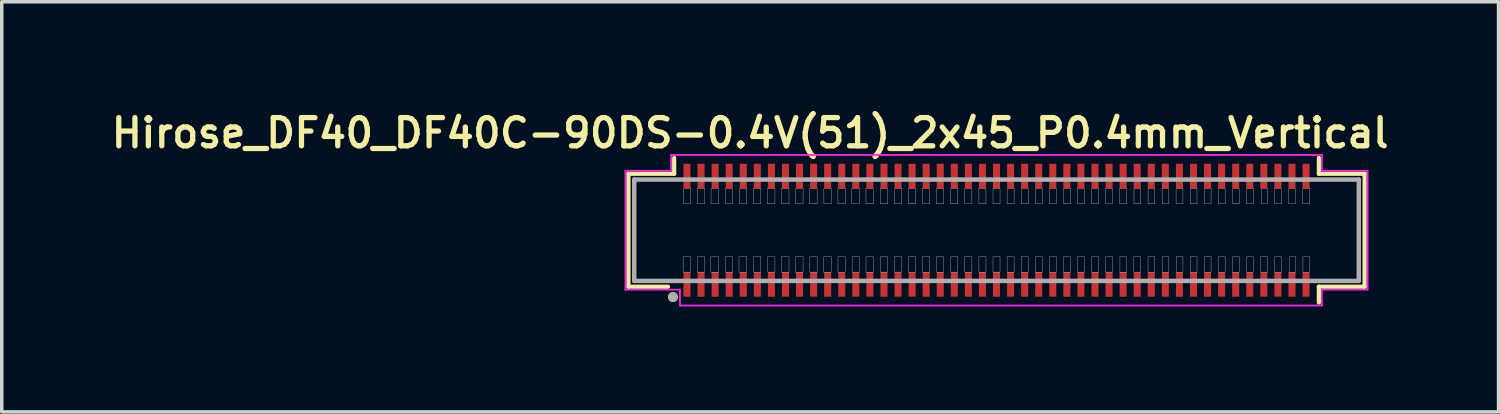
<source format=kicad_pcb>
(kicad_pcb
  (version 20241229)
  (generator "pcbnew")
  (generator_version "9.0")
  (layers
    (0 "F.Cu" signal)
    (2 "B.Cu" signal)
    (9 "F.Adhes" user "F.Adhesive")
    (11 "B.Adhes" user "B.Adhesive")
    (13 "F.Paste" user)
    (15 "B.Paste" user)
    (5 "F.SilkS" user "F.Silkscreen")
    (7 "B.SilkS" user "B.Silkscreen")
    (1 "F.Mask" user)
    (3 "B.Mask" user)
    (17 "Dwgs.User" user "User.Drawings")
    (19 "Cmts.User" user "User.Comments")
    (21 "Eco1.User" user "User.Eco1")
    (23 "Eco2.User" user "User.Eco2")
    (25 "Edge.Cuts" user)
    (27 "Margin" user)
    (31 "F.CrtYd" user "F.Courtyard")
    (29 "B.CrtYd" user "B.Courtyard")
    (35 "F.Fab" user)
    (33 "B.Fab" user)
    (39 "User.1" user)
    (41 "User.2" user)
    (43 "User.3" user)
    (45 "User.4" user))
  (footprint "Hirose_DF40_DF40C-90DS-0.4V(51)_2x45_P0.4mm_Vertical"
    (layer "F.Cu")
    (at 25.282 3.496)
    (property "Reference" "Hirose_DF40_DF40C-90DS-0.4V(51)_2x45_P0.4mm_Vertical" (at -7.005 -2.764 0) (layer "F.SilkS") (effects (font (size 0.802 0.802) (thickness 0.15))))
    (attr through_hole)
    (fp_line (start -10.465 -1.605) (end -9.165 -1.605) (stroke (width 0.12) (type solid)) (layer "F.SilkS"))
    (fp_line (start -10.465 1.605) (end -10.465 -1.605) (stroke (width 0.12) (type solid)) (layer "F.SilkS"))
    (fp_line (start -9.34 1.605) (end -10.465 1.605) (stroke (width 0.12) (type solid)) (layer "F.SilkS"))
    (fp_line (start -9.165 -1.605) (end -9.165 -2.055) (stroke (width 0.12) (type solid)) (layer "F.SilkS"))
    (fp_line (start 9.165 -2.055) (end 9.165 -1.605) (stroke (width 0.12) (type solid)) (layer "F.SilkS"))
    (fp_line (start 9.165 1.605) (end 9.165 2.055) (stroke (width 0.12) (type solid)) (layer "F.SilkS"))
    (fp_line (start 10.465 -1.605) (end 9.165 -1.605) (stroke (width 0.12) (type solid)) (layer "F.SilkS"))
    (fp_line (start 10.465 -1.605) (end 10.465 1.605) (stroke (width 0.12) (type solid)) (layer "F.SilkS"))
    (fp_line (start 10.465 1.605) (end 9.165 1.605) (stroke (width 0.12) (type solid)) (layer "F.SilkS"))
    (fp_circle (center -9.2 1.9) (end -9.13 1.9) (stroke (width 0.14) (type solid)) (fill no) (layer "F.SilkS"))
    (fp_poly (pts (xy -8.91 0.75) (xy -8.7 0.75) (xy -8.7 1.191) (xy -8.91 1.191)) (stroke (width 0.01) (type solid)) (fill no) (layer "Dwgs.User"))
    (fp_poly (pts (xy -8.906 -1.19) (xy -8.7 -1.19) (xy -8.7 -0.751) (xy -8.906 -0.751)) (stroke (width 0.01) (type solid)) (fill no) (layer "Dwgs.User"))
    (fp_poly (pts (xy -8.509 0.75) (xy -8.3 0.75) (xy -8.3 1.191) (xy -8.509 1.191)) (stroke (width 0.01) (type solid)) (fill no) (layer "Dwgs.User"))
    (fp_poly (pts (xy -8.508 -1.19) (xy -8.3 -1.19) (xy -8.3 -0.751) (xy -8.508 -0.751)) (stroke (width 0.01) (type solid)) (fill no) (layer "Dwgs.User"))
    (fp_poly (pts (xy -8.123 0.75) (xy -7.9 0.75) (xy -7.9 1.193) (xy -8.123 1.193)) (stroke (width 0.01) (type solid)) (fill no) (layer "Dwgs.User"))
    (fp_poly (pts (xy -8.116 -1.19) (xy -7.9 -1.19) (xy -7.9 -0.751) (xy -8.116 -0.751)) (stroke (width 0.01) (type solid)) (fill no) (layer "Dwgs.User"))
    (fp_poly (pts (xy -7.706 -1.19) (xy -7.5 -1.19) (xy -7.5 -0.751) (xy -7.706 -0.751)) (stroke (width 0.01) (type solid)) (fill no) (layer "Dwgs.User"))
    (fp_poly (pts (xy -7.704 0.75) (xy -7.5 0.75) (xy -7.5 1.191) (xy -7.704 1.191)) (stroke (width 0.01) (type solid)) (fill no) (layer "Dwgs.User"))
    (fp_poly (pts (xy -7.322 0.75) (xy -7.1 0.75) (xy -7.1 1.194) (xy -7.322 1.194)) (stroke (width 0.01) (type solid)) (fill no) (layer "Dwgs.User"))
    (fp_poly (pts (xy -7.311 -1.19) (xy -7.1 -1.19) (xy -7.1 -0.751) (xy -7.311 -0.751)) (stroke (width 0.01) (type solid)) (fill no) (layer "Dwgs.User"))
    (fp_poly (pts (xy -6.912 -1.19) (xy -6.7 -1.19) (xy -6.7 -0.751) (xy -6.912 -0.751)) (stroke (width 0.01) (type solid)) (fill no) (layer "Dwgs.User"))
    (fp_poly (pts (xy -6.911 0.75) (xy -6.7 0.75) (xy -6.7 1.192) (xy -6.911 1.192)) (stroke (width 0.01) (type solid)) (fill no) (layer "Dwgs.User"))
    (fp_poly (pts (xy -6.516 -1.19) (xy -6.3 -1.19) (xy -6.3 -0.752) (xy -6.516 -0.752)) (stroke (width 0.01) (type solid)) (fill no) (layer "Dwgs.User"))
    (fp_poly (pts (xy -6.503 0.75) (xy -6.3 0.75) (xy -6.3 1.191) (xy -6.503 1.191)) (stroke (width 0.01) (type solid)) (fill no) (layer "Dwgs.User"))
    (fp_poly (pts (xy -6.12 0.75) (xy -5.9 0.75) (xy -5.9 1.194) (xy -6.12 1.194)) (stroke (width 0.01) (type solid)) (fill no) (layer "Dwgs.User"))
    (fp_poly (pts (xy -6.116 -1.19) (xy -5.9 -1.19) (xy -5.9 -0.752) (xy -6.116 -0.752)) (stroke (width 0.01) (type solid)) (fill no) (layer "Dwgs.User"))
    (fp_poly (pts (xy -5.717 0.75) (xy -5.5 0.75) (xy -5.5 1.194) (xy -5.717 1.194)) (stroke (width 0.01) (type solid)) (fill no) (layer "Dwgs.User"))
    (fp_poly (pts (xy -5.71 -1.19) (xy -5.5 -1.19) (xy -5.5 -0.751) (xy -5.71 -0.751)) (stroke (width 0.01) (type solid)) (fill no) (layer "Dwgs.User"))
    (fp_poly (pts (xy -5.313 -1.19) (xy -5.1 -1.19) (xy -5.1 -0.752) (xy -5.313 -0.752)) (stroke (width 0.01) (type solid)) (fill no) (layer "Dwgs.User"))
    (fp_poly (pts (xy -5.307 0.75) (xy -5.1 0.75) (xy -5.1 1.191) (xy -5.307 1.191)) (stroke (width 0.01) (type solid)) (fill no) (layer "Dwgs.User"))
    (fp_poly (pts (xy -4.912 0.75) (xy -4.7 0.75) (xy -4.7 1.193) (xy -4.912 1.193)) (stroke (width 0.01) (type solid)) (fill no) (layer "Dwgs.User"))
    (fp_poly (pts (xy -4.908 -1.19) (xy -4.7 -1.19) (xy -4.7 -0.751) (xy -4.908 -0.751)) (stroke (width 0.01) (type solid)) (fill no) (layer "Dwgs.User"))
    (fp_poly (pts (xy -4.509 -1.19) (xy -4.3 -1.19) (xy -4.3 -0.752) (xy -4.509 -0.752)) (stroke (width 0.01) (type solid)) (fill no) (layer "Dwgs.User"))
    (fp_poly (pts (xy -4.508 0.75) (xy -4.3 0.75) (xy -4.3 1.192) (xy -4.508 1.192)) (stroke (width 0.01) (type solid)) (fill no) (layer "Dwgs.User"))
    (fp_poly (pts (xy -4.115 -1.19) (xy -3.9 -1.19) (xy -3.9 -0.753) (xy -4.115 -0.753)) (stroke (width 0.01) (type solid)) (fill no) (layer "Dwgs.User"))
    (fp_poly (pts (xy -4.105 0.75) (xy -3.9 0.75) (xy -3.9 1.191) (xy -4.105 1.191)) (stroke (width 0.01) (type solid)) (fill no) (layer "Dwgs.User"))
    (fp_poly (pts (xy -3.712 -1.19) (xy -3.5 -1.19) (xy -3.5 -0.752) (xy -3.712 -0.752)) (stroke (width 0.01) (type solid)) (fill no) (layer "Dwgs.User"))
    (fp_poly (pts (xy -3.71 0.75) (xy -3.5 0.75) (xy -3.5 1.193) (xy -3.71 1.193)) (stroke (width 0.01) (type solid)) (fill no) (layer "Dwgs.User"))
    (fp_poly (pts (xy -3.307 -1.19) (xy -3.1 -1.19) (xy -3.1 -0.752) (xy -3.307 -0.752)) (stroke (width 0.01) (type solid)) (fill no) (layer "Dwgs.User"))
    (fp_poly (pts (xy -3.304 0.75) (xy -3.1 0.75) (xy -3.1 1.191) (xy -3.304 1.191)) (stroke (width 0.01) (type solid)) (fill no) (layer "Dwgs.User"))
    (fp_poly (pts (xy -2.904 -1.19) (xy -2.7 -1.19) (xy -2.7 -0.751) (xy -2.904 -0.751)) (stroke (width 0.01) (type solid)) (fill no) (layer "Dwgs.User"))
    (fp_poly (pts (xy -2.903 0.75) (xy -2.7 0.75) (xy -2.7 1.191) (xy -2.903 1.191)) (stroke (width 0.01) (type solid)) (fill no) (layer "Dwgs.User"))
    (fp_poly (pts (xy -2.506 -1.19) (xy -2.3 -1.19) (xy -2.3 -0.752) (xy -2.506 -0.752)) (stroke (width 0.01) (type solid)) (fill no) (layer "Dwgs.User"))
    (fp_poly (pts (xy -2.505 0.75) (xy -2.3 0.75) (xy -2.3 1.192) (xy -2.505 1.192)) (stroke (width 0.01) (type solid)) (fill no) (layer "Dwgs.User"))
    (fp_poly (pts (xy -2.105 0.75) (xy -1.9 0.75) (xy -1.9 1.193) (xy -2.105 1.193)) (stroke (width 0.01) (type solid)) (fill no) (layer "Dwgs.User"))
    (fp_poly (pts (xy -2.102 -1.19) (xy -1.9 -1.19) (xy -1.9 -0.751) (xy -2.102 -0.751)) (stroke (width 0.01) (type solid)) (fill no) (layer "Dwgs.User"))
    (fp_poly (pts (xy -1.704 0.75) (xy -1.5 0.75) (xy -1.5 1.193) (xy -1.704 1.193)) (stroke (width 0.01) (type solid)) (fill no) (layer "Dwgs.User"))
    (fp_poly (pts (xy -1.704 -1.19) (xy -1.5 -1.19) (xy -1.5 -0.752) (xy -1.704 -0.752)) (stroke (width 0.01) (type solid)) (fill no) (layer "Dwgs.User"))
    (fp_poly (pts (xy -1.304 -1.19) (xy -1.1 -1.19) (xy -1.1 -0.752) (xy -1.304 -0.752)) (stroke (width 0.01) (type solid)) (fill no) (layer "Dwgs.User"))
    (fp_poly (pts (xy -1.301 0.75) (xy -1.1 0.75) (xy -1.1 1.191) (xy -1.301 1.191)) (stroke (width 0.01) (type solid)) (fill no) (layer "Dwgs.User"))
    (fp_poly (pts (xy -0.902 0.75) (xy -0.7 0.75) (xy -0.7 1.193) (xy -0.902 1.193)) (stroke (width 0.01) (type solid)) (fill no) (layer "Dwgs.User"))
    (fp_poly (pts (xy -0.901 -1.19) (xy -0.7 -1.19) (xy -0.7 -0.751) (xy -0.901 -0.751)) (stroke (width 0.01) (type solid)) (fill no) (layer "Dwgs.User"))
    (fp_poly (pts (xy -0.501 0.75) (xy -0.3 0.75) (xy -0.3 1.193) (xy -0.501 1.193)) (stroke (width 0.01) (type solid)) (fill no) (layer "Dwgs.User"))
    (fp_poly (pts (xy -0.501 -1.19) (xy -0.3 -1.19) (xy -0.3 -0.752) (xy -0.501 -0.752)) (stroke (width 0.01) (type solid)) (fill no) (layer "Dwgs.User"))
    (fp_poly (pts (xy -0.1 -1.19) (xy 0.1 -1.19) (xy 0.1 -0.752) (xy -0.1 -0.752)) (stroke (width 0.01) (type solid)) (fill no) (layer "Dwgs.User"))
    (fp_poly (pts (xy -0.1 0.75) (xy 0.1 0.75) (xy 0.1 1.191) (xy -0.1 1.191)) (stroke (width 0.01) (type solid)) (fill no) (layer "Dwgs.User"))
    (fp_poly (pts (xy 0.301 -1.19) (xy 0.5 -1.19) (xy 0.5 -0.752) (xy 0.301 -0.752)) (stroke (width 0.01) (type solid)) (fill no) (layer "Dwgs.User"))
    (fp_poly (pts (xy 0.301 0.75) (xy 0.5 0.75) (xy 0.5 1.193) (xy 0.301 1.193)) (stroke (width 0.01) (type solid)) (fill no) (layer "Dwgs.User"))
    (fp_poly (pts (xy 0.701 0.75) (xy 0.9 0.75) (xy 0.9 1.192) (xy 0.701 1.192)) (stroke (width 0.01) (type solid)) (fill no) (layer "Dwgs.User"))
    (fp_poly (pts (xy 0.702 -1.19) (xy 0.9 -1.19) (xy 0.9 -0.752) (xy 0.702 -0.752)) (stroke (width 0.01) (type solid)) (fill no) (layer "Dwgs.User"))
    (fp_poly (pts (xy 1.101 -1.19) (xy 1.3 -1.19) (xy 1.3 -0.751) (xy 1.101 -0.751)) (stroke (width 0.01) (type solid)) (fill no) (layer "Dwgs.User"))
    (fp_poly (pts (xy 1.102 0.75) (xy 1.3 0.75) (xy 1.3 1.193) (xy 1.102 1.193)) (stroke (width 0.01) (type solid)) (fill no) (layer "Dwgs.User"))
    (fp_poly (pts (xy 1.502 0.75) (xy 1.7 0.75) (xy 1.7 1.192) (xy 1.502 1.192)) (stroke (width 0.01) (type solid)) (fill no) (layer "Dwgs.User"))
    (fp_poly (pts (xy 1.502 -1.19) (xy 1.7 -1.19) (xy 1.7 -0.751) (xy 1.502 -0.751)) (stroke (width 0.01) (type solid)) (fill no) (layer "Dwgs.User"))
    (fp_poly (pts (xy 1.904 0.75) (xy 2.1 0.75) (xy 2.1 1.193) (xy 1.904 1.193)) (stroke (width 0.01) (type solid)) (fill no) (layer "Dwgs.User"))
    (fp_poly (pts (xy 1.905 -1.19) (xy 2.1 -1.19) (xy 2.1 -0.752) (xy 1.905 -0.752)) (stroke (width 0.01) (type solid)) (fill no) (layer "Dwgs.User"))
    (fp_poly (pts (xy 2.303 0.75) (xy 2.5 0.75) (xy 2.5 1.191) (xy 2.303 1.191)) (stroke (width 0.01) (type solid)) (fill no) (layer "Dwgs.User"))
    (fp_poly (pts (xy 2.303 -1.19) (xy 2.5 -1.19) (xy 2.5 -0.751) (xy 2.303 -0.751)) (stroke (width 0.01) (type solid)) (fill no) (layer "Dwgs.User"))
    (fp_poly (pts (xy 2.706 -1.19) (xy 2.9 -1.19) (xy 2.9 -0.752) (xy 2.706 -0.752)) (stroke (width 0.01) (type solid)) (fill no) (layer "Dwgs.User"))
    (fp_poly (pts (xy 2.707 0.75) (xy 2.9 0.75) (xy 2.9 1.193) (xy 2.707 1.193)) (stroke (width 0.01) (type solid)) (fill no) (layer "Dwgs.User"))
    (fp_poly (pts (xy 3.104 0.75) (xy 3.3 0.75) (xy 3.3 1.191) (xy 3.104 1.191)) (stroke (width 0.01) (type solid)) (fill no) (layer "Dwgs.User"))
    (fp_poly (pts (xy 3.104 -1.19) (xy 3.3 -1.19) (xy 3.3 -0.751) (xy 3.104 -0.751)) (stroke (width 0.01) (type solid)) (fill no) (layer "Dwgs.User"))
    (fp_poly (pts (xy 3.504 -1.19) (xy 3.7 -1.19) (xy 3.7 -0.751) (xy 3.504 -0.751)) (stroke (width 0.01) (type solid)) (fill no) (layer "Dwgs.User"))
    (fp_poly (pts (xy 3.509 0.75) (xy 3.7 0.75) (xy 3.7 1.193) (xy 3.509 1.193)) (stroke (width 0.01) (type solid)) (fill no) (layer "Dwgs.User"))
    (fp_poly (pts (xy 3.901 0.75) (xy 4.1 0.75) (xy 4.1 1.19) (xy 3.901 1.19)) (stroke (width 0.01) (type solid)) (fill no) (layer "Dwgs.User"))
    (fp_poly (pts (xy 3.908 -1.19) (xy 4.1 -1.19) (xy 4.1 -0.752) (xy 3.908 -0.752)) (stroke (width 0.01) (type solid)) (fill no) (layer "Dwgs.User"))
    (fp_poly (pts (xy 4.308 0.75) (xy 4.5 0.75) (xy 4.5 1.192) (xy 4.308 1.192)) (stroke (width 0.01) (type solid)) (fill no) (layer "Dwgs.User"))
    (fp_poly (pts (xy 4.309 -1.19) (xy 4.5 -1.19) (xy 4.5 -0.752) (xy 4.309 -0.752)) (stroke (width 0.01) (type solid)) (fill no) (layer "Dwgs.User"))
    (fp_poly (pts (xy 4.709 -1.19) (xy 4.9 -1.19) (xy 4.9 -0.751) (xy 4.709 -0.751)) (stroke (width 0.01) (type solid)) (fill no) (layer "Dwgs.User"))
    (fp_poly (pts (xy 4.716 0.75) (xy 4.9 0.75) (xy 4.9 1.194) (xy 4.716 1.194)) (stroke (width 0.01) (type solid)) (fill no) (layer "Dwgs.User"))
    (fp_poly (pts (xy 5.105 -1.19) (xy 5.3 -1.19) (xy 5.3 -0.751) (xy 5.105 -0.751)) (stroke (width 0.01) (type solid)) (fill no) (layer "Dwgs.User"))
    (fp_poly (pts (xy 5.11 0.75) (xy 5.3 0.75) (xy 5.3 1.192) (xy 5.11 1.192)) (stroke (width 0.01) (type solid)) (fill no) (layer "Dwgs.User"))
    (fp_poly (pts (xy 5.509 0.75) (xy 5.7 0.75) (xy 5.7 1.192) (xy 5.509 1.192)) (stroke (width 0.01) (type solid)) (fill no) (layer "Dwgs.User"))
    (fp_poly (pts (xy 5.512 -1.19) (xy 5.7 -1.19) (xy 5.7 -0.752) (xy 5.512 -0.752)) (stroke (width 0.01) (type solid)) (fill no) (layer "Dwgs.User"))
    (fp_poly (pts (xy 5.909 -1.19) (xy 6.1 -1.19) (xy 6.1 -0.751) (xy 5.909 -0.751)) (stroke (width 0.01) (type solid)) (fill no) (layer "Dwgs.User"))
    (fp_poly (pts (xy 5.912 0.75) (xy 6.1 0.75) (xy 6.1 1.192) (xy 5.912 1.192)) (stroke (width 0.01) (type solid)) (fill no) (layer "Dwgs.User"))
    (fp_poly (pts (xy 6.311 -1.19) (xy 6.5 -1.19) (xy 6.5 -0.751) (xy 6.311 -0.751)) (stroke (width 0.01) (type solid)) (fill no) (layer "Dwgs.User"))
    (fp_poly (pts (xy 6.313 0.75) (xy 6.5 0.75) (xy 6.5 1.192) (xy 6.313 1.192)) (stroke (width 0.01) (type solid)) (fill no) (layer "Dwgs.User"))
    (fp_poly (pts (xy 6.713 0.75) (xy 6.9 0.75) (xy 6.9 1.192) (xy 6.713 1.192)) (stroke (width 0.01) (type solid)) (fill no) (layer "Dwgs.User"))
    (fp_poly (pts (xy 6.717 -1.19) (xy 6.9 -1.19) (xy 6.9 -0.752) (xy 6.717 -0.752)) (stroke (width 0.01) (type solid)) (fill no) (layer "Dwgs.User"))
    (fp_poly (pts (xy 7.11 -1.19) (xy 7.3 -1.19) (xy 7.3 -0.751) (xy 7.11 -0.751)) (stroke (width 0.01) (type solid)) (fill no) (layer "Dwgs.User"))
    (fp_poly (pts (xy 7.112 0.75) (xy 7.3 0.75) (xy 7.3 1.192) (xy 7.112 1.192)) (stroke (width 0.01) (type solid)) (fill no) (layer "Dwgs.User"))
    (fp_poly (pts (xy 7.505 0.75) (xy 7.7 0.75) (xy 7.7 1.191) (xy 7.505 1.191)) (stroke (width 0.01) (type solid)) (fill no) (layer "Dwgs.User"))
    (fp_poly (pts (xy 7.528 -1.19) (xy 7.7 -1.19) (xy 7.7 -0.753) (xy 7.528 -0.753)) (stroke (width 0.01) (type solid)) (fill no) (layer "Dwgs.User"))
    (fp_poly (pts (xy 7.907 -1.19) (xy 8.1 -1.19) (xy 8.1 -0.751) (xy 7.907 -0.751)) (stroke (width 0.01) (type solid)) (fill no) (layer "Dwgs.User"))
    (fp_poly (pts (xy 7.913 0.75) (xy 8.1 0.75) (xy 8.1 1.192) (xy 7.913 1.192)) (stroke (width 0.01) (type solid)) (fill no) (layer "Dwgs.User"))
    (fp_poly (pts (xy 8.311 -1.19) (xy 8.5 -1.19) (xy 8.5 -0.751) (xy 8.311 -0.751)) (stroke (width 0.01) (type solid)) (fill no) (layer "Dwgs.User"))
    (fp_poly (pts (xy 8.327 0.75) (xy 8.5 0.75) (xy 8.5 1.194) (xy 8.327 1.194)) (stroke (width 0.01) (type solid)) (fill no) (layer "Dwgs.User"))
    (fp_poly (pts (xy 8.708 -1.19) (xy 8.9 -1.19) (xy 8.9 -0.751) (xy 8.708 -0.751)) (stroke (width 0.01) (type solid)) (fill no) (layer "Dwgs.User"))
    (fp_poly (pts (xy 8.712 0.75) (xy 8.9 0.75) (xy 8.9 1.192) (xy 8.712 1.192)) (stroke (width 0.01) (type solid)) (fill no) (layer "Dwgs.User"))
    (fp_line (start -10.55 -1.69) (end -9.25 -1.69) (stroke (width 0.05) (type solid)) (layer "F.CrtYd"))
    (fp_line (start -10.55 1.69) (end -10.55 -1.69) (stroke (width 0.05) (type solid)) (layer "F.CrtYd"))
    (fp_line (start -9.25 -2.14) (end 9.25 -2.14) (stroke (width 0.05) (type solid)) (layer "F.CrtYd"))
    (fp_line (start -9.25 -1.69) (end -9.25 -2.14) (stroke (width 0.05) (type solid)) (layer "F.CrtYd"))
    (fp_line (start -9 1.69) (end -10.55 1.69) (stroke (width 0.05) (type solid)) (layer "F.CrtYd"))
    (fp_line (start -9 2.14) (end -9 1.69) (stroke (width 0.05) (type solid)) (layer "F.CrtYd"))
    (fp_line (start 9.25 -2.14) (end 9.25 -1.69) (stroke (width 0.05) (type solid)) (layer "F.CrtYd"))
    (fp_line (start 9.25 -1.69) (end 10.55 -1.69) (stroke (width 0.05) (type solid)) (layer "F.CrtYd"))
    (fp_line (start 9.25 1.69) (end 9.25 2.14) (stroke (width 0.05) (type solid)) (layer "F.CrtYd"))
    (fp_line (start 9.25 2.14) (end -9 2.14) (stroke (width 0.05) (type solid)) (layer "F.CrtYd"))
    (fp_line (start 10.55 -1.69) (end 10.55 1.69) (stroke (width 0.05) (type solid)) (layer "F.CrtYd"))
    (fp_line (start 10.55 1.69) (end 9.25 1.69) (stroke (width 0.05) (type solid)) (layer "F.CrtYd"))
    (fp_line (start -10.3 -1.44) (end -10.3 1.44) (stroke (width 0.127) (type solid)) (layer "F.Fab"))
    (fp_line (start -10.3 1.44) (end 10.3 1.44) (stroke (width 0.127) (type solid)) (layer "F.Fab"))
    (fp_line (start 10.3 -1.44) (end -10.3 -1.44) (stroke (width 0.127) (type solid)) (layer "F.Fab"))
    (fp_line (start 10.3 1.44) (end 10.3 -1.44) (stroke (width 0.127) (type solid)) (layer "F.Fab"))
    (fp_circle (center -9.2 1.9) (end -9.13 1.9) (stroke (width 0.14) (type solid)) (fill no) (layer "F.Fab"))
    (pad "1" smd rect (at -8.8 1.54) (size 0.2 0.7) (layers "F.Cu" "F.Mask" "F.Paste"))
    (pad "2" smd rect (at -8.8 -1.54) (size 0.2 0.7) (layers "F.Cu" "F.Mask" "F.Paste"))
    (pad "3" smd rect (at -8.4 1.54) (size 0.2 0.7) (layers "F.Cu" "F.Mask" "F.Paste"))
    (pad "4" smd rect (at -8.4 -1.54) (size 0.2 0.7) (layers "F.Cu" "F.Mask" "F.Paste"))
    (pad "5" smd rect (at -8 1.54) (size 0.2 0.7) (layers "F.Cu" "F.Mask" "F.Paste"))
    (pad "6" smd rect (at -8 -1.54) (size 0.2 0.7) (layers "F.Cu" "F.Mask" "F.Paste"))
    (pad "7" smd rect (at -7.6 1.54) (size 0.2 0.7) (layers "F.Cu" "F.Mask" "F.Paste"))
    (pad "8" smd rect (at -7.6 -1.54) (size 0.2 0.7) (layers "F.Cu" "F.Mask" "F.Paste"))
    (pad "9" smd rect (at -7.2 1.54) (size 0.2 0.7) (layers "F.Cu" "F.Mask" "F.Paste"))
    (pad "10" smd rect (at -7.2 -1.54) (size 0.2 0.7) (layers "F.Cu" "F.Mask" "F.Paste"))
    (pad "11" smd rect (at -6.8 1.54) (size 0.2 0.7) (layers "F.Cu" "F.Mask" "F.Paste"))
    (pad "12" smd rect (at -6.8 -1.54) (size 0.2 0.7) (layers "F.Cu" "F.Mask" "F.Paste"))
    (pad "13" smd rect (at -6.4 1.54) (size 0.2 0.7) (layers "F.Cu" "F.Mask" "F.Paste"))
    (pad "14" smd rect (at -6.4 -1.54) (size 0.2 0.7) (layers "F.Cu" "F.Mask" "F.Paste"))
    (pad "15" smd rect (at -6 1.54) (size 0.2 0.7) (layers "F.Cu" "F.Mask" "F.Paste"))
    (pad "16" smd rect (at -6 -1.54) (size 0.2 0.7) (layers "F.Cu" "F.Mask" "F.Paste"))
    (pad "17" smd rect (at -5.6 1.54) (size 0.2 0.7) (layers "F.Cu" "F.Mask" "F.Paste"))
    (pad "18" smd rect (at -5.6 -1.54) (size 0.2 0.7) (layers "F.Cu" "F.Mask" "F.Paste"))
    (pad "19" smd rect (at -5.2 1.54) (size 0.2 0.7) (layers "F.Cu" "F.Mask" "F.Paste"))
    (pad "20" smd rect (at -5.2 -1.54) (size 0.2 0.7) (layers "F.Cu" "F.Mask" "F.Paste"))
    (pad "21" smd rect (at -4.8 1.54) (size 0.2 0.7) (layers "F.Cu" "F.Mask" "F.Paste"))
    (pad "22" smd rect (at -4.8 -1.54) (size 0.2 0.7) (layers "F.Cu" "F.Mask" "F.Paste"))
    (pad "23" smd rect (at -4.4 1.54) (size 0.2 0.7) (layers "F.Cu" "F.Mask" "F.Paste"))
    (pad "24" smd rect (at -4.4 -1.54) (size 0.2 0.7) (layers "F.Cu" "F.Mask" "F.Paste"))
    (pad "25" smd rect (at -4 1.54) (size 0.2 0.7) (layers "F.Cu" "F.Mask" "F.Paste"))
    (pad "26" smd rect (at -4 -1.54) (size 0.2 0.7) (layers "F.Cu" "F.Mask" "F.Paste"))
    (pad "27" smd rect (at -3.6 1.54) (size 0.2 0.7) (layers "F.Cu" "F.Mask" "F.Paste"))
    (pad "28" smd rect (at -3.6 -1.54) (size 0.2 0.7) (layers "F.Cu" "F.Mask" "F.Paste"))
    (pad "29" smd rect (at -3.2 1.54) (size 0.2 0.7) (layers "F.Cu" "F.Mask" "F.Paste"))
    (pad "30" smd rect (at -3.2 -1.54) (size 0.2 0.7) (layers "F.Cu" "F.Mask" "F.Paste"))
    (pad "31" smd rect (at -2.8 1.54) (size 0.2 0.7) (layers "F.Cu" "F.Mask" "F.Paste"))
    (pad "32" smd rect (at -2.8 -1.54) (size 0.2 0.7) (layers "F.Cu" "F.Mask" "F.Paste"))
    (pad "33" smd rect (at -2.4 1.54) (size 0.2 0.7) (layers "F.Cu" "F.Mask" "F.Paste"))
    (pad "34" smd rect (at -2.4 -1.54) (size 0.2 0.7) (layers "F.Cu" "F.Mask" "F.Paste"))
    (pad "35" smd rect (at -2 1.54) (size 0.2 0.7) (layers "F.Cu" "F.Mask" "F.Paste"))
    (pad "36" smd rect (at -2 -1.54) (size 0.2 0.7) (layers "F.Cu" "F.Mask" "F.Paste"))
    (pad "37" smd rect (at -1.6 1.54) (size 0.2 0.7) (layers "F.Cu" "F.Mask" "F.Paste"))
    (pad "38" smd rect (at -1.6 -1.54) (size 0.2 0.7) (layers "F.Cu" "F.Mask" "F.Paste"))
    (pad "39" smd rect (at -1.2 1.54) (size 0.2 0.7) (layers "F.Cu" "F.Mask" "F.Paste"))
    (pad "40" smd rect (at -1.2 -1.54) (size 0.2 0.7) (layers "F.Cu" "F.Mask" "F.Paste"))
    (pad "41" smd rect (at -0.8 1.54) (size 0.2 0.7) (layers "F.Cu" "F.Mask" "F.Paste"))
    (pad "42" smd rect (at -0.8 -1.54) (size 0.2 0.7) (layers "F.Cu" "F.Mask" "F.Paste"))
    (pad "43" smd rect (at -0.4 1.54) (size 0.2 0.7) (layers "F.Cu" "F.Mask" "F.Paste"))
    (pad "44" smd rect (at -0.4 -1.54) (size 0.2 0.7) (layers "F.Cu" "F.Mask" "F.Paste"))
    (pad "45" smd rect (at 0 1.54) (size 0.2 0.7) (layers "F.Cu" "F.Mask" "F.Paste"))
    (pad "46" smd rect (at 0 -1.54) (size 0.2 0.7) (layers "F.Cu" "F.Mask" "F.Paste"))
    (pad "47" smd rect (at 0.4 1.54) (size 0.2 0.7) (layers "F.Cu" "F.Mask" "F.Paste"))
    (pad "48" smd rect (at 0.4 -1.54) (size 0.2 0.7) (layers "F.Cu" "F.Mask" "F.Paste"))
    (pad "49" smd rect (at 0.8 1.54) (size 0.2 0.7) (layers "F.Cu" "F.Mask" "F.Paste"))
    (pad "50" smd rect (at 0.8 -1.54) (size 0.2 0.7) (layers "F.Cu" "F.Mask" "F.Paste"))
    (pad "51" smd rect (at 1.2 1.54) (size 0.2 0.7) (layers "F.Cu" "F.Mask" "F.Paste"))
    (pad "52" smd rect (at 1.2 -1.54) (size 0.2 0.7) (layers "F.Cu" "F.Mask" "F.Paste"))
    (pad "53" smd rect (at 1.6 1.54) (size 0.2 0.7) (layers "F.Cu" "F.Mask" "F.Paste"))
    (pad "54" smd rect (at 1.6 -1.54) (size 0.2 0.7) (layers "F.Cu" "F.Mask" "F.Paste"))
    (pad "55" smd rect (at 2 1.54) (size 0.2 0.7) (layers "F.Cu" "F.Mask" "F.Paste"))
    (pad "56" smd rect (at 2 -1.54) (size 0.2 0.7) (layers "F.Cu" "F.Mask" "F.Paste"))
    (pad "57" smd rect (at 2.4 1.54) (size 0.2 0.7) (layers "F.Cu" "F.Mask" "F.Paste"))
    (pad "58" smd rect (at 2.4 -1.54) (size 0.2 0.7) (layers "F.Cu" "F.Mask" "F.Paste"))
    (pad "59" smd rect (at 2.8 1.54) (size 0.2 0.7) (layers "F.Cu" "F.Mask" "F.Paste"))
    (pad "60" smd rect (at 2.8 -1.54) (size 0.2 0.7) (layers "F.Cu" "F.Mask" "F.Paste"))
    (pad "61" smd rect (at 3.2 1.54) (size 0.2 0.7) (layers "F.Cu" "F.Mask" "F.Paste"))
    (pad "62" smd rect (at 3.2 -1.54) (size 0.2 0.7) (layers "F.Cu" "F.Mask" "F.Paste"))
    (pad "63" smd rect (at 3.6 1.54) (size 0.2 0.7) (layers "F.Cu" "F.Mask" "F.Paste"))
    (pad "64" smd rect (at 3.6 -1.54) (size 0.2 0.7) (layers "F.Cu" "F.Mask" "F.Paste"))
    (pad "65" smd rect (at 4 1.54) (size 0.2 0.7) (layers "F.Cu" "F.Mask" "F.Paste"))
    (pad "66" smd rect (at 4 -1.54) (size 0.2 0.7) (layers "F.Cu" "F.Mask" "F.Paste"))
    (pad "67" smd rect (at 4.4 1.54) (size 0.2 0.7) (layers "F.Cu" "F.Mask" "F.Paste"))
    (pad "68" smd rect (at 4.4 -1.54) (size 0.2 0.7) (layers "F.Cu" "F.Mask" "F.Paste"))
    (pad "69" smd rect (at 4.8 1.54) (size 0.2 0.7) (layers "F.Cu" "F.Mask" "F.Paste"))
    (pad "70" smd rect (at 4.8 -1.54) (size 0.2 0.7) (layers "F.Cu" "F.Mask" "F.Paste"))
    (pad "71" smd rect (at 5.2 1.54) (size 0.2 0.7) (layers "F.Cu" "F.Mask" "F.Paste"))
    (pad "72" smd rect (at 5.2 -1.54) (size 0.2 0.7) (layers "F.Cu" "F.Mask" "F.Paste"))
    (pad "73" smd rect (at 5.6 1.54) (size 0.2 0.7) (layers "F.Cu" "F.Mask" "F.Paste"))
    (pad "74" smd rect (at 5.6 -1.54) (size 0.2 0.7) (layers "F.Cu" "F.Mask" "F.Paste"))
    (pad "75" smd rect (at 6 1.54) (size 0.2 0.7) (layers "F.Cu" "F.Mask" "F.Paste"))
    (pad "76" smd rect (at 6 -1.54) (size 0.2 0.7) (layers "F.Cu" "F.Mask" "F.Paste"))
    (pad "77" smd rect (at 6.4 1.54) (size 0.2 0.7) (layers "F.Cu" "F.Mask" "F.Paste"))
    (pad "78" smd rect (at 6.4 -1.54) (size 0.2 0.7) (layers "F.Cu" "F.Mask" "F.Paste"))
    (pad "79" smd rect (at 6.8 1.54) (size 0.2 0.7) (layers "F.Cu" "F.Mask" "F.Paste"))
    (pad "80" smd rect (at 6.8 -1.54) (size 0.2 0.7) (layers "F.Cu" "F.Mask" "F.Paste"))
    (pad "81" smd rect (at 7.2 1.54) (size 0.2 0.7) (layers "F.Cu" "F.Mask" "F.Paste"))
    (pad "82" smd rect (at 7.2 -1.54) (size 0.2 0.7) (layers "F.Cu" "F.Mask" "F.Paste"))
    (pad "83" smd rect (at 7.6 1.54) (size 0.2 0.7) (layers "F.Cu" "F.Mask" "F.Paste"))
    (pad "84" smd rect (at 7.6 -1.54) (size 0.2 0.7) (layers "F.Cu" "F.Mask" "F.Paste"))
    (pad "85" smd rect (at 8 1.54) (size 0.2 0.7) (layers "F.Cu" "F.Mask" "F.Paste"))
    (pad "86" smd rect (at 8 -1.54) (size 0.2 0.7) (layers "F.Cu" "F.Mask" "F.Paste"))
    (pad "87" smd rect (at 8.4 1.54) (size 0.2 0.7) (layers "F.Cu" "F.Mask" "F.Paste"))
    (pad "88" smd rect (at 8.4 -1.54) (size 0.2 0.7) (layers "F.Cu" "F.Mask" "F.Paste"))
    (pad "89" smd rect (at 8.8 1.54) (size 0.2 0.7) (layers "F.Cu" "F.Mask" "F.Paste"))
    (pad "90" smd rect (at 8.8 -1.54) (size 0.2 0.7) (layers "F.Cu" "F.Mask" "F.Paste")))
  (gr_rect
    (start -3 -3)
    (end 39.555 8.661)
    (stroke (width 0.1) (type default))
    (fill no)
    (layer "Edge.Cuts")))
</source>
